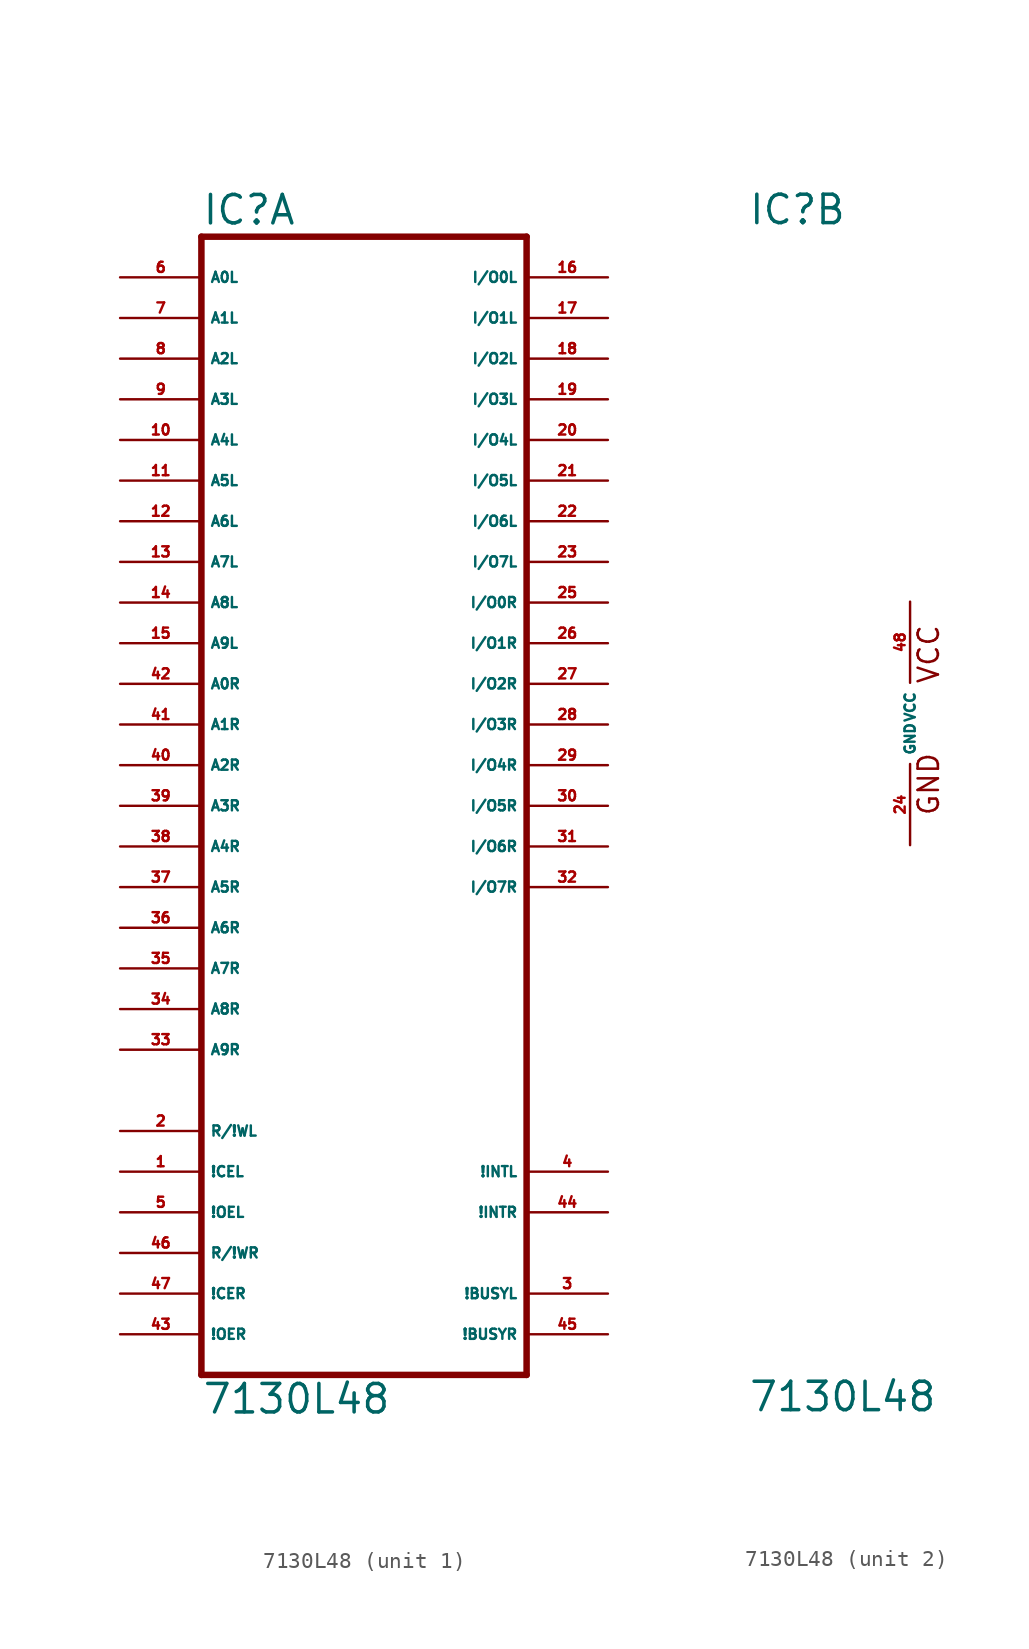
<source format=kicad_sym>
(kicad_symbol_lib
  (version 20220914)
  (generator Eagle2Kicad)
  (symbol "7130L48"
    (property "Reference" "IC"
      (at -10.16 31.115 0)
      (effects (font (size 1.778 1.778) (thickness 0.22)) (justify left bottom)))
    (property "Value" "7130L48"
      (at -10.16 -43.18 0)
      (effects (font (size 1.778 1.778) (thickness 0.22)) (justify left bottom)))
    (symbol "7130L48_1_0"
      (polyline (pts (xy -10.16 -40.64) (xy 10.16 -40.64)) (stroke (width 0.406) (type default)) (fill (type none)))
      (polyline (pts (xy 10.16 -40.64) (xy 10.16 30.48)) (stroke (width 0.406) (type default)) (fill (type none)))
      (polyline (pts (xy 10.16 30.48) (xy -10.16 30.48)) (stroke (width 0.406) (type default)) (fill (type none)))
      (polyline (pts (xy -10.16 30.48) (xy -10.16 -40.64)) (stroke (width 0.406) (type default)) (fill (type none)))
      (pin input line (at -15.24 27.94 0) (length 5.08) (name "A0L" (effects (font (size 0.635 0.635) (thickness 0.08)) (justify left bottom))) (number "6" (effects (font (size 0.635 0.635) (thickness 0.08)) (justify left bottom))))
      (pin input line (at -15.24 25.4 0) (length 5.08) (name "A1L" (effects (font (size 0.635 0.635) (thickness 0.08)) (justify left bottom))) (number "7" (effects (font (size 0.635 0.635) (thickness 0.08)) (justify left bottom))))
      (pin input line (at -15.24 22.86 0) (length 5.08) (name "A2L" (effects (font (size 0.635 0.635) (thickness 0.08)) (justify left bottom))) (number "8" (effects (font (size 0.635 0.635) (thickness 0.08)) (justify left bottom))))
      (pin input line (at -15.24 20.32 0) (length 5.08) (name "A3L" (effects (font (size 0.635 0.635) (thickness 0.08)) (justify left bottom))) (number "9" (effects (font (size 0.635 0.635) (thickness 0.08)) (justify left bottom))))
      (pin input line (at -15.24 17.78 0) (length 5.08) (name "A4L" (effects (font (size 0.635 0.635) (thickness 0.08)) (justify left bottom))) (number "10" (effects (font (size 0.635 0.635) (thickness 0.08)) (justify left bottom))))
      (pin input line (at -15.24 15.24 0) (length 5.08) (name "A5L" (effects (font (size 0.635 0.635) (thickness 0.08)) (justify left bottom))) (number "11" (effects (font (size 0.635 0.635) (thickness 0.08)) (justify left bottom))))
      (pin input line (at -15.24 12.7 0) (length 5.08) (name "A6L" (effects (font (size 0.635 0.635) (thickness 0.08)) (justify left bottom))) (number "12" (effects (font (size 0.635 0.635) (thickness 0.08)) (justify left bottom))))
      (pin input line (at -15.24 10.16 0) (length 5.08) (name "A7L" (effects (font (size 0.635 0.635) (thickness 0.08)) (justify left bottom))) (number "13" (effects (font (size 0.635 0.635) (thickness 0.08)) (justify left bottom))))
      (pin input line (at -15.24 7.62 0) (length 5.08) (name "A8L" (effects (font (size 0.635 0.635) (thickness 0.08)) (justify left bottom))) (number "14" (effects (font (size 0.635 0.635) (thickness 0.08)) (justify left bottom))))
      (pin input line (at -15.24 5.08 0) (length 5.08) (name "A9L" (effects (font (size 0.635 0.635) (thickness 0.08)) (justify left bottom))) (number "15" (effects (font (size 0.635 0.635) (thickness 0.08)) (justify left bottom))))
      (pin input line (at -15.24 2.54 0) (length 5.08) (name "A0R" (effects (font (size 0.635 0.635) (thickness 0.08)) (justify left bottom))) (number "42" (effects (font (size 0.635 0.635) (thickness 0.08)) (justify left bottom))))
      (pin input line (at -15.24 0 0) (length 5.08) (name "A1R" (effects (font (size 0.635 0.635) (thickness 0.08)) (justify left bottom))) (number "41" (effects (font (size 0.635 0.635) (thickness 0.08)) (justify left bottom))))
      (pin input line (at -15.24 -2.54 0) (length 5.08) (name "A2R" (effects (font (size 0.635 0.635) (thickness 0.08)) (justify left bottom))) (number "40" (effects (font (size 0.635 0.635) (thickness 0.08)) (justify left bottom))))
      (pin input line (at -15.24 -5.08 0) (length 5.08) (name "A3R" (effects (font (size 0.635 0.635) (thickness 0.08)) (justify left bottom))) (number "39" (effects (font (size 0.635 0.635) (thickness 0.08)) (justify left bottom))))
      (pin input line (at -15.24 -7.62 0) (length 5.08) (name "A4R" (effects (font (size 0.635 0.635) (thickness 0.08)) (justify left bottom))) (number "38" (effects (font (size 0.635 0.635) (thickness 0.08)) (justify left bottom))))
      (pin input line (at -15.24 -10.16 0) (length 5.08) (name "A5R" (effects (font (size 0.635 0.635) (thickness 0.08)) (justify left bottom))) (number "37" (effects (font (size 0.635 0.635) (thickness 0.08)) (justify left bottom))))
      (pin input line (at -15.24 -12.7 0) (length 5.08) (name "A6R" (effects (font (size 0.635 0.635) (thickness 0.08)) (justify left bottom))) (number "36" (effects (font (size 0.635 0.635) (thickness 0.08)) (justify left bottom))))
      (pin input line (at -15.24 -15.24 0) (length 5.08) (name "A7R" (effects (font (size 0.635 0.635) (thickness 0.08)) (justify left bottom))) (number "35" (effects (font (size 0.635 0.635) (thickness 0.08)) (justify left bottom))))
      (pin input line (at -15.24 -17.78 0) (length 5.08) (name "A8R" (effects (font (size 0.635 0.635) (thickness 0.08)) (justify left bottom))) (number "34" (effects (font (size 0.635 0.635) (thickness 0.08)) (justify left bottom))))
      (pin input line (at -15.24 -20.32 0) (length 5.08) (name "A9R" (effects (font (size 0.635 0.635) (thickness 0.08)) (justify left bottom))) (number "33" (effects (font (size 0.635 0.635) (thickness 0.08)) (justify left bottom))))
      (pin bidirectional line (at 15.24 27.94 180) (length 5.08) (name "I/O0L" (effects (font (size 0.635 0.635) (thickness 0.08)) (justify left bottom))) (number "16" (effects (font (size 0.635 0.635) (thickness 0.08)) (justify left bottom))))
      (pin bidirectional line (at 15.24 25.4 180) (length 5.08) (name "I/O1L" (effects (font (size 0.635 0.635) (thickness 0.08)) (justify left bottom))) (number "17" (effects (font (size 0.635 0.635) (thickness 0.08)) (justify left bottom))))
      (pin bidirectional line (at 15.24 22.86 180) (length 5.08) (name "I/O2L" (effects (font (size 0.635 0.635) (thickness 0.08)) (justify left bottom))) (number "18" (effects (font (size 0.635 0.635) (thickness 0.08)) (justify left bottom))))
      (pin bidirectional line (at 15.24 20.32 180) (length 5.08) (name "I/O3L" (effects (font (size 0.635 0.635) (thickness 0.08)) (justify left bottom))) (number "19" (effects (font (size 0.635 0.635) (thickness 0.08)) (justify left bottom))))
      (pin bidirectional line (at 15.24 17.78 180) (length 5.08) (name "I/O4L" (effects (font (size 0.635 0.635) (thickness 0.08)) (justify left bottom))) (number "20" (effects (font (size 0.635 0.635) (thickness 0.08)) (justify left bottom))))
      (pin bidirectional line (at 15.24 15.24 180) (length 5.08) (name "I/O5L" (effects (font (size 0.635 0.635) (thickness 0.08)) (justify left bottom))) (number "21" (effects (font (size 0.635 0.635) (thickness 0.08)) (justify left bottom))))
      (pin bidirectional line (at 15.24 12.7 180) (length 5.08) (name "I/O6L" (effects (font (size 0.635 0.635) (thickness 0.08)) (justify left bottom))) (number "22" (effects (font (size 0.635 0.635) (thickness 0.08)) (justify left bottom))))
      (pin bidirectional line (at 15.24 10.16 180) (length 5.08) (name "I/O7L" (effects (font (size 0.635 0.635) (thickness 0.08)) (justify left bottom))) (number "23" (effects (font (size 0.635 0.635) (thickness 0.08)) (justify left bottom))))
      (pin bidirectional line (at 15.24 7.62 180) (length 5.08) (name "I/O0R" (effects (font (size 0.635 0.635) (thickness 0.08)) (justify left bottom))) (number "25" (effects (font (size 0.635 0.635) (thickness 0.08)) (justify left bottom))))
      (pin bidirectional line (at 15.24 5.08 180) (length 5.08) (name "I/O1R" (effects (font (size 0.635 0.635) (thickness 0.08)) (justify left bottom))) (number "26" (effects (font (size 0.635 0.635) (thickness 0.08)) (justify left bottom))))
      (pin bidirectional line (at 15.24 2.54 180) (length 5.08) (name "I/O2R" (effects (font (size 0.635 0.635) (thickness 0.08)) (justify left bottom))) (number "27" (effects (font (size 0.635 0.635) (thickness 0.08)) (justify left bottom))))
      (pin bidirectional line (at 15.24 0 180) (length 5.08) (name "I/O3R" (effects (font (size 0.635 0.635) (thickness 0.08)) (justify left bottom))) (number "28" (effects (font (size 0.635 0.635) (thickness 0.08)) (justify left bottom))))
      (pin bidirectional line (at 15.24 -2.54 180) (length 5.08) (name "I/O4R" (effects (font (size 0.635 0.635) (thickness 0.08)) (justify left bottom))) (number "29" (effects (font (size 0.635 0.635) (thickness 0.08)) (justify left bottom))))
      (pin bidirectional line (at 15.24 -5.08 180) (length 5.08) (name "I/O5R" (effects (font (size 0.635 0.635) (thickness 0.08)) (justify left bottom))) (number "30" (effects (font (size 0.635 0.635) (thickness 0.08)) (justify left bottom))))
      (pin bidirectional line (at 15.24 -7.62 180) (length 5.08) (name "I/O6R" (effects (font (size 0.635 0.635) (thickness 0.08)) (justify left bottom))) (number "31" (effects (font (size 0.635 0.635) (thickness 0.08)) (justify left bottom))))
      (pin bidirectional line (at 15.24 -10.16 180) (length 5.08) (name "I/O7R" (effects (font (size 0.635 0.635) (thickness 0.08)) (justify left bottom))) (number "32" (effects (font (size 0.635 0.635) (thickness 0.08)) (justify left bottom))))
      (pin input line (at -15.24 -25.4 0) (length 5.08) (name "R/!WL" (effects (font (size 0.635 0.635) (thickness 0.08)) (justify left bottom))) (number "2" (effects (font (size 0.635 0.635) (thickness 0.08)) (justify left bottom))))
      (pin input line (at -15.24 -27.94 0) (length 5.08) (name "!CEL" (effects (font (size 0.635 0.635) (thickness 0.08)) (justify left bottom))) (number "1" (effects (font (size 0.635 0.635) (thickness 0.08)) (justify left bottom))))
      (pin input line (at -15.24 -30.48 0) (length 5.08) (name "!OEL" (effects (font (size 0.635 0.635) (thickness 0.08)) (justify left bottom))) (number "5" (effects (font (size 0.635 0.635) (thickness 0.08)) (justify left bottom))))
      (pin input line (at -15.24 -33.02 0) (length 5.08) (name "R/!WR" (effects (font (size 0.635 0.635) (thickness 0.08)) (justify left bottom))) (number "46" (effects (font (size 0.635 0.635) (thickness 0.08)) (justify left bottom))))
      (pin input line (at -15.24 -35.56 0) (length 5.08) (name "!CER" (effects (font (size 0.635 0.635) (thickness 0.08)) (justify left bottom))) (number "47" (effects (font (size 0.635 0.635) (thickness 0.08)) (justify left bottom))))
      (pin input line (at -15.24 -38.1 0) (length 5.08) (name "!OER" (effects (font (size 0.635 0.635) (thickness 0.08)) (justify left bottom))) (number "43" (effects (font (size 0.635 0.635) (thickness 0.08)) (justify left bottom))))
      (pin bidirectional line (at 15.24 -35.56 180) (length 5.08) (name "!BUSYL" (effects (font (size 0.635 0.635) (thickness 0.08)) (justify left bottom))) (number "3" (effects (font (size 0.635 0.635) (thickness 0.08)) (justify left bottom))))
      (pin bidirectional line (at 15.24 -38.1 180) (length 5.08) (name "!BUSYR" (effects (font (size 0.635 0.635) (thickness 0.08)) (justify left bottom))) (number "45" (effects (font (size 0.635 0.635) (thickness 0.08)) (justify left bottom))))
      (pin output line (at 15.24 -27.94 180) (length 5.08) (name "!INTL" (effects (font (size 0.635 0.635) (thickness 0.08)) (justify left bottom))) (number "4" (effects (font (size 0.635 0.635) (thickness 0.08)) (justify left bottom))))
      (pin output line (at 15.24 -30.48 180) (length 5.08) (name "!INTR" (effects (font (size 0.635 0.635) (thickness 0.08)) (justify left bottom))) (number "44" (effects (font (size 0.635 0.635) (thickness 0.08)) (justify left bottom)))))
    (symbol "7130L48_2_0"
      (text "GND" (at 1.905 -5.842 900) (effects (font (size 1.27 1.27) (thickness 0.16)) (justify left bottom)))
      (text "VCC" (at 1.905 2.413 900) (effects (font (size 1.27 1.27) (thickness 0.16)) (justify left bottom)))
      (pin unspecified line (at 0 7.62 270) (length 5.08) (name "VCC" (effects (font (size 0.635 0.635) (thickness 0.08)) (justify left bottom))) (number "48" (effects (font (size 0.635 0.635) (thickness 0.08)) (justify left bottom))))
      (pin unspecified line (at 0 -7.62 90) (length 5.08) (name "GND" (effects (font (size 0.635 0.635) (thickness 0.08)) (justify left bottom))) (number "24" (effects (font (size 0.635 0.635) (thickness 0.08)) (justify left bottom)))))))
</source>
